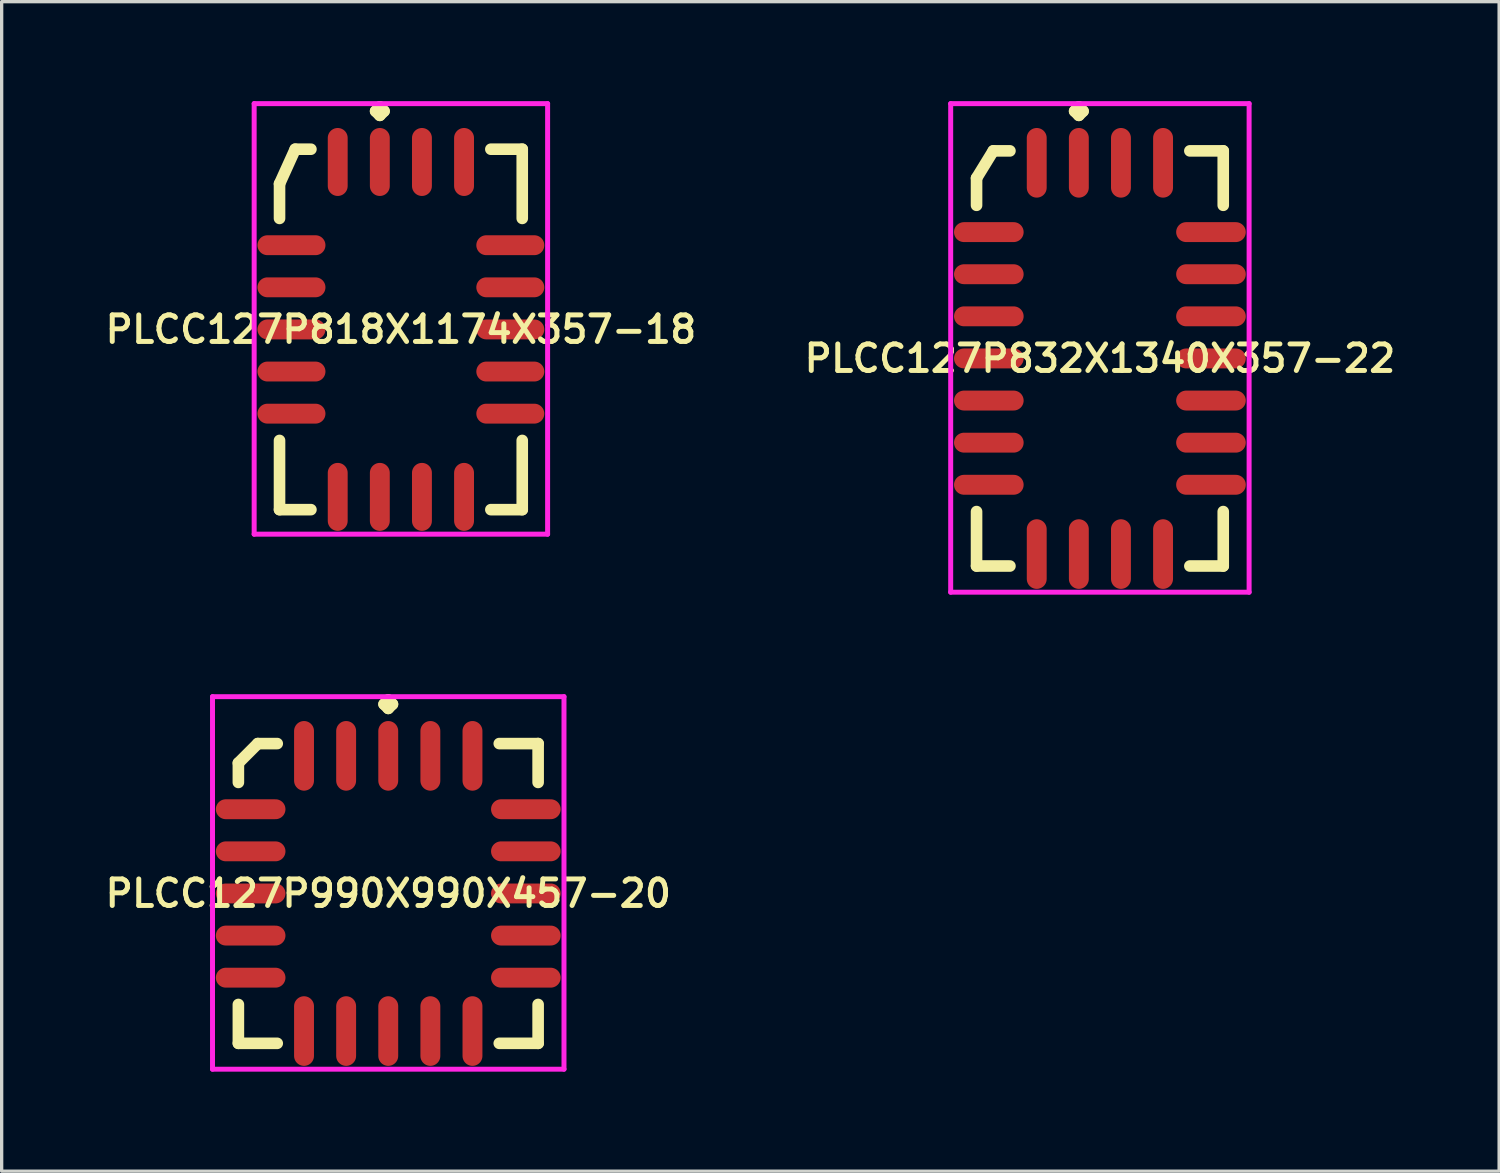
<source format=kicad_pcb>
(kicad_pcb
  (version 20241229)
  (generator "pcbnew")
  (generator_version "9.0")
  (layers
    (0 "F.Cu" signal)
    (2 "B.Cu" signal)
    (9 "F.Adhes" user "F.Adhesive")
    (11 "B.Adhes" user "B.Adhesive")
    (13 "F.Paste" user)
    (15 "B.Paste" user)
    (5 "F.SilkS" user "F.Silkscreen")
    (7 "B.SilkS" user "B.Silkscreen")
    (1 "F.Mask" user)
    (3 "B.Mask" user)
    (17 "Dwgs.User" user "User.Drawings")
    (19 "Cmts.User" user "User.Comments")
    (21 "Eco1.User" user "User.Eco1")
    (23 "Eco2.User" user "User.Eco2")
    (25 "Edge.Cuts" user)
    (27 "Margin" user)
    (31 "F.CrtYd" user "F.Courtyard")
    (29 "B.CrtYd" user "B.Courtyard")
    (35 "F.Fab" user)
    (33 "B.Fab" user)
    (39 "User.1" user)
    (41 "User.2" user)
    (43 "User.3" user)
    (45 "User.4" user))
  (footprint "PLCC127P990X990X457-20"
    (layer "F.Cu")
    (at 8.659 23.895)
    (property "Reference" "PLCC127P990X990X457-20" (at 0 0 0) (layer "F.SilkS") (effects (font (size 0.8 0.8) (thickness 0.15))))
    (attr smd)
    (fp_line (start -4.52 -3.934) (end -3.934 -4.52) (stroke (width 0.35) (type solid)) (layer "F.SilkS"))
    (fp_line (start -4.52 -3.348) (end -4.52 -3.934) (stroke (width 0.35) (type solid)) (layer "F.SilkS"))
    (fp_line (start -4.52 3.348) (end -4.52 4.52) (stroke (width 0.35) (type solid)) (layer "F.SilkS"))
    (fp_line (start -4.52 4.52) (end -3.348 4.52) (stroke (width 0.35) (type solid)) (layer "F.SilkS"))
    (fp_line (start -3.934 -4.52) (end -3.348 -4.52) (stroke (width 0.35) (type solid)) (layer "F.SilkS"))
    (fp_line (start -0.127 -5.708) (end 0 -5.835) (stroke (width 0.35) (type solid)) (layer "F.SilkS"))
    (fp_line (start 0 -5.835) (end 0.127 -5.708) (stroke (width 0.35) (type solid)) (layer "F.SilkS"))
    (fp_line (start 0 -5.581) (end -0.127 -5.708) (stroke (width 0.35) (type solid)) (layer "F.SilkS"))
    (fp_line (start 0.127 -5.708) (end 0 -5.581) (stroke (width 0.35) (type solid)) (layer "F.SilkS"))
    (fp_line (start 4.52 -4.52) (end 3.348 -4.52) (stroke (width 0.35) (type solid)) (layer "F.SilkS"))
    (fp_line (start 4.52 -3.348) (end 4.52 -4.52) (stroke (width 0.35) (type solid)) (layer "F.SilkS"))
    (fp_line (start 4.52 3.348) (end 4.52 4.52) (stroke (width 0.35) (type solid)) (layer "F.SilkS"))
    (fp_line (start 4.52 4.52) (end 3.348 4.52) (stroke (width 0.35) (type solid)) (layer "F.SilkS"))
    (fp_line (start -5.3 -5.935) (end 5.3 -5.935) (stroke (width 0.15) (type solid)) (layer "F.CrtYd"))
    (fp_line (start -5.3 5.3) (end -5.3 -5.935) (stroke (width 0.15) (type solid)) (layer "F.CrtYd"))
    (fp_line (start 5.3 -5.935) (end 5.3 5.3) (stroke (width 0.15) (type solid)) (layer "F.CrtYd"))
    (fp_line (start 5.3 5.3) (end -5.3 5.3) (stroke (width 0.15) (type solid)) (layer "F.CrtYd"))
    (pad "1" smd oval (at 0 -4.15) (size 0.6 2.1) (layers "F.Cu" "F.Mask" "F.Paste"))
    (pad "2" smd oval (at -1.27 -4.15) (size 0.6 2.1) (layers "F.Cu" "F.Mask" "F.Paste"))
    (pad "3" smd oval (at -2.54 -4.15) (size 0.6 2.1) (layers "F.Cu" "F.Mask" "F.Paste"))
    (pad "4" smd oval (at -4.15 -2.54) (size 2.1 0.6) (layers "F.Cu" "F.Mask" "F.Paste"))
    (pad "5" smd oval (at -4.15 -1.27) (size 2.1 0.6) (layers "F.Cu" "F.Mask" "F.Paste"))
    (pad "6" smd oval (at -4.15 0) (size 2.1 0.6) (layers "F.Cu" "F.Mask" "F.Paste"))
    (pad "7" smd oval (at -4.15 1.27) (size 2.1 0.6) (layers "F.Cu" "F.Mask" "F.Paste"))
    (pad "8" smd oval (at -4.15 2.54) (size 2.1 0.6) (layers "F.Cu" "F.Mask" "F.Paste"))
    (pad "9" smd oval (at -2.54 4.15) (size 0.6 2.1) (layers "F.Cu" "F.Mask" "F.Paste"))
    (pad "10" smd oval (at -1.27 4.15) (size 0.6 2.1) (layers "F.Cu" "F.Mask" "F.Paste"))
    (pad "11" smd oval (at 0 4.15) (size 0.6 2.1) (layers "F.Cu" "F.Mask" "F.Paste"))
    (pad "12" smd oval (at 1.27 4.15) (size 0.6 2.1) (layers "F.Cu" "F.Mask" "F.Paste"))
    (pad "13" smd oval (at 2.54 4.15) (size 0.6 2.1) (layers "F.Cu" "F.Mask" "F.Paste"))
    (pad "14" smd oval (at 4.15 2.54) (size 2.1 0.6) (layers "F.Cu" "F.Mask" "F.Paste"))
    (pad "15" smd oval (at 4.15 1.27) (size 2.1 0.6) (layers "F.Cu" "F.Mask" "F.Paste"))
    (pad "16" smd oval (at 4.15 0) (size 2.1 0.6) (layers "F.Cu" "F.Mask" "F.Paste"))
    (pad "17" smd oval (at 4.15 -1.27) (size 2.1 0.6) (layers "F.Cu" "F.Mask" "F.Paste"))
    (pad "18" smd oval (at 4.15 -2.54) (size 2.1 0.6) (layers "F.Cu" "F.Mask" "F.Paste"))
    (pad "19" smd oval (at 2.54 -4.15) (size 0.6 2.1) (layers "F.Cu" "F.Mask" "F.Paste"))
    (pad "20" smd oval (at 1.27 -4.15) (size 0.6 2.1) (layers "F.Cu" "F.Mask" "F.Paste")))
  (footprint "PLCC127P832X1340X357-22"
    (layer "F.Cu")
    (at 30.121 7.76)
    (property "Reference" "PLCC127P832X1340X357-22" (at 0 0 0) (layer "F.SilkS") (effects (font (size 0.8 0.8) (thickness 0.15))))
    (attr smd)
    (fp_line (start -3.72 -5.439) (end -3.216 -6.26) (stroke (width 0.35) (type solid)) (layer "F.SilkS"))
    (fp_line (start -3.72 -4.618) (end -3.72 -5.439) (stroke (width 0.35) (type solid)) (layer "F.SilkS"))
    (fp_line (start -3.72 4.618) (end -3.72 6.26) (stroke (width 0.35) (type solid)) (layer "F.SilkS"))
    (fp_line (start -3.72 6.26) (end -2.713 6.26) (stroke (width 0.35) (type solid)) (layer "F.SilkS"))
    (fp_line (start -3.216 -6.26) (end -2.713 -6.26) (stroke (width 0.35) (type solid)) (layer "F.SilkS"))
    (fp_line (start -0.762 -7.458) (end -0.635 -7.585) (stroke (width 0.35) (type solid)) (layer "F.SilkS"))
    (fp_line (start -0.635 -7.585) (end -0.508 -7.458) (stroke (width 0.35) (type solid)) (layer "F.SilkS"))
    (fp_line (start -0.635 -7.331) (end -0.762 -7.458) (stroke (width 0.35) (type solid)) (layer "F.SilkS"))
    (fp_line (start -0.508 -7.458) (end -0.635 -7.331) (stroke (width 0.35) (type solid)) (layer "F.SilkS"))
    (fp_line (start 3.72 -6.26) (end 2.713 -6.26) (stroke (width 0.35) (type solid)) (layer "F.SilkS"))
    (fp_line (start 3.72 -4.618) (end 3.72 -6.26) (stroke (width 0.35) (type solid)) (layer "F.SilkS"))
    (fp_line (start 3.72 4.618) (end 3.72 6.26) (stroke (width 0.35) (type solid)) (layer "F.SilkS"))
    (fp_line (start 3.72 6.26) (end 2.713 6.26) (stroke (width 0.35) (type solid)) (layer "F.SilkS"))
    (fp_line (start -4.5 -7.685) (end 4.5 -7.685) (stroke (width 0.15) (type solid)) (layer "F.CrtYd"))
    (fp_line (start -4.5 7.05) (end -4.5 -7.685) (stroke (width 0.15) (type solid)) (layer "F.CrtYd"))
    (fp_line (start 4.5 -7.685) (end 4.5 7.05) (stroke (width 0.15) (type solid)) (layer "F.CrtYd"))
    (fp_line (start 4.5 7.05) (end -4.5 7.05) (stroke (width 0.15) (type solid)) (layer "F.CrtYd"))
    (pad "1" smd oval (at -0.635 -5.9) (size 0.6 2.1) (layers "F.Cu" "F.Mask" "F.Paste"))
    (pad "2" smd oval (at -1.905 -5.9) (size 0.6 2.1) (layers "F.Cu" "F.Mask" "F.Paste"))
    (pad "3" smd oval (at -3.35 -3.81) (size 2.1 0.6) (layers "F.Cu" "F.Mask" "F.Paste"))
    (pad "4" smd oval (at -3.35 -2.54) (size 2.1 0.6) (layers "F.Cu" "F.Mask" "F.Paste"))
    (pad "5" smd oval (at -3.35 -1.27) (size 2.1 0.6) (layers "F.Cu" "F.Mask" "F.Paste"))
    (pad "6" smd oval (at -3.35 0) (size 2.1 0.6) (layers "F.Cu" "F.Mask" "F.Paste"))
    (pad "7" smd oval (at -3.35 1.27) (size 2.1 0.6) (layers "F.Cu" "F.Mask" "F.Paste"))
    (pad "8" smd oval (at -3.35 2.54) (size 2.1 0.6) (layers "F.Cu" "F.Mask" "F.Paste"))
    (pad "9" smd oval (at -3.35 3.81) (size 2.1 0.6) (layers "F.Cu" "F.Mask" "F.Paste"))
    (pad "10" smd oval (at -1.905 5.9) (size 0.6 2.1) (layers "F.Cu" "F.Mask" "F.Paste"))
    (pad "11" smd oval (at -0.635 5.9) (size 0.6 2.1) (layers "F.Cu" "F.Mask" "F.Paste"))
    (pad "12" smd oval (at 0.635 5.9) (size 0.6 2.1) (layers "F.Cu" "F.Mask" "F.Paste"))
    (pad "13" smd oval (at 1.905 5.9) (size 0.6 2.1) (layers "F.Cu" "F.Mask" "F.Paste"))
    (pad "14" smd oval (at 3.35 3.81) (size 2.1 0.6) (layers "F.Cu" "F.Mask" "F.Paste"))
    (pad "15" smd oval (at 3.35 2.54) (size 2.1 0.6) (layers "F.Cu" "F.Mask" "F.Paste"))
    (pad "16" smd oval (at 3.35 1.27) (size 2.1 0.6) (layers "F.Cu" "F.Mask" "F.Paste"))
    (pad "17" smd oval (at 3.35 0) (size 2.1 0.6) (layers "F.Cu" "F.Mask" "F.Paste"))
    (pad "18" smd oval (at 3.35 -1.27) (size 2.1 0.6) (layers "F.Cu" "F.Mask" "F.Paste"))
    (pad "19" smd oval (at 3.35 -2.54) (size 2.1 0.6) (layers "F.Cu" "F.Mask" "F.Paste"))
    (pad "20" smd oval (at 3.35 -3.81) (size 2.1 0.6) (layers "F.Cu" "F.Mask" "F.Paste"))
    (pad "21" smd oval (at 1.905 -5.9) (size 0.6 2.1) (layers "F.Cu" "F.Mask" "F.Paste"))
    (pad "22" smd oval (at 0.635 -5.9) (size 0.6 2.1) (layers "F.Cu" "F.Mask" "F.Paste")))
  (footprint "PLCC127P818X1174X357-18"
    (layer "F.Cu")
    (at 9.04 6.885)
    (property "Reference" "PLCC127P818X1174X357-18" (at 0 0 0) (layer "F.SilkS") (effects (font (size 0.8 0.8) (thickness 0.15))))
    (attr through_hole)
    (fp_line (start -3.66 -4.391) (end -3.187 -5.435) (stroke (width 0.35) (type solid)) (layer "F.SilkS"))
    (fp_line (start -3.66 -3.348) (end -3.66 -4.391) (stroke (width 0.35) (type solid)) (layer "F.SilkS"))
    (fp_line (start -3.66 3.348) (end -3.66 5.435) (stroke (width 0.35) (type solid)) (layer "F.SilkS"))
    (fp_line (start -3.66 5.435) (end -2.713 5.435) (stroke (width 0.35) (type solid)) (layer "F.SilkS"))
    (fp_line (start -3.187 -5.435) (end -2.713 -5.435) (stroke (width 0.35) (type solid)) (layer "F.SilkS"))
    (fp_line (start -0.762 -6.583) (end -0.635 -6.71) (stroke (width 0.35) (type solid)) (layer "F.SilkS"))
    (fp_line (start -0.635 -6.71) (end -0.508 -6.583) (stroke (width 0.35) (type solid)) (layer "F.SilkS"))
    (fp_line (start -0.635 -6.456) (end -0.762 -6.583) (stroke (width 0.35) (type solid)) (layer "F.SilkS"))
    (fp_line (start -0.508 -6.583) (end -0.635 -6.456) (stroke (width 0.35) (type solid)) (layer "F.SilkS"))
    (fp_line (start 3.66 -5.435) (end 2.713 -5.435) (stroke (width 0.35) (type solid)) (layer "F.SilkS"))
    (fp_line (start 3.66 -3.348) (end 3.66 -5.435) (stroke (width 0.35) (type solid)) (layer "F.SilkS"))
    (fp_line (start 3.66 3.348) (end 3.66 5.435) (stroke (width 0.35) (type solid)) (layer "F.SilkS"))
    (fp_line (start 3.66 5.435) (end 2.713 5.435) (stroke (width 0.35) (type solid)) (layer "F.SilkS"))
    (fp_line (start -4.425 -6.81) (end 4.425 -6.81) (stroke (width 0.15) (type solid)) (layer "F.CrtYd"))
    (fp_line (start -4.425 6.175) (end -4.425 -6.81) (stroke (width 0.15) (type solid)) (layer "F.CrtYd"))
    (fp_line (start 4.425 -6.81) (end 4.425 6.175) (stroke (width 0.15) (type solid)) (layer "F.CrtYd"))
    (fp_line (start 4.425 6.175) (end -4.425 6.175) (stroke (width 0.15) (type solid)) (layer "F.CrtYd"))
    (pad "1" smd oval (at -0.635 -5.05) (size 0.6 2.05) (layers "F.Cu" "F.Mask" "F.Paste"))
    (pad "2" smd oval (at -1.905 -5.05) (size 0.6 2.05) (layers "F.Cu" "F.Mask" "F.Paste"))
    (pad "3" smd oval (at -3.3 -2.54) (size 2.05 0.6) (layers "F.Cu" "F.Mask" "F.Paste"))
    (pad "4" smd oval (at -3.3 -1.27) (size 2.05 0.6) (layers "F.Cu" "F.Mask" "F.Paste"))
    (pad "5" smd oval (at -3.3 0) (size 2.05 0.6) (layers "F.Cu" "F.Mask" "F.Paste"))
    (pad "6" smd oval (at -3.3 1.27) (size 2.05 0.6) (layers "F.Cu" "F.Mask" "F.Paste"))
    (pad "7" smd oval (at -3.3 2.54) (size 2.05 0.6) (layers "F.Cu" "F.Mask" "F.Paste"))
    (pad "8" smd oval (at -1.905 5.05) (size 0.6 2.05) (layers "F.Cu" "F.Mask" "F.Paste"))
    (pad "9" smd oval (at -0.635 5.05) (size 0.6 2.05) (layers "F.Cu" "F.Mask" "F.Paste"))
    (pad "10" smd oval (at 0.635 5.05) (size 0.6 2.05) (layers "F.Cu" "F.Mask" "F.Paste"))
    (pad "11" smd oval (at 1.905 5.05) (size 0.6 2.05) (layers "F.Cu" "F.Mask" "F.Paste"))
    (pad "12" smd oval (at 3.3 2.54) (size 2.05 0.6) (layers "F.Cu" "F.Mask" "F.Paste"))
    (pad "13" smd oval (at 3.3 1.27) (size 2.05 0.6) (layers "F.Cu" "F.Mask" "F.Paste"))
    (pad "14" smd oval (at 3.3 0) (size 2.05 0.6) (layers "F.Cu" "F.Mask" "F.Paste"))
    (pad "15" smd oval (at 3.3 -1.27) (size 2.05 0.6) (layers "F.Cu" "F.Mask" "F.Paste"))
    (pad "16" smd oval (at 3.3 -2.54) (size 2.05 0.6) (layers "F.Cu" "F.Mask" "F.Paste"))
    (pad "17" smd oval (at 1.905 -5.05) (size 0.6 2.05) (layers "F.Cu" "F.Mask" "F.Paste"))
    (pad "18" smd oval (at 0.635 -5.05) (size 0.6 2.05) (layers "F.Cu" "F.Mask" "F.Paste")))
  (gr_rect
    (start -3 -3)
    (end 42.161 32.27)
    (stroke (width 0.1) (type default))
    (fill no)
    (layer "Edge.Cuts")))
</source>
